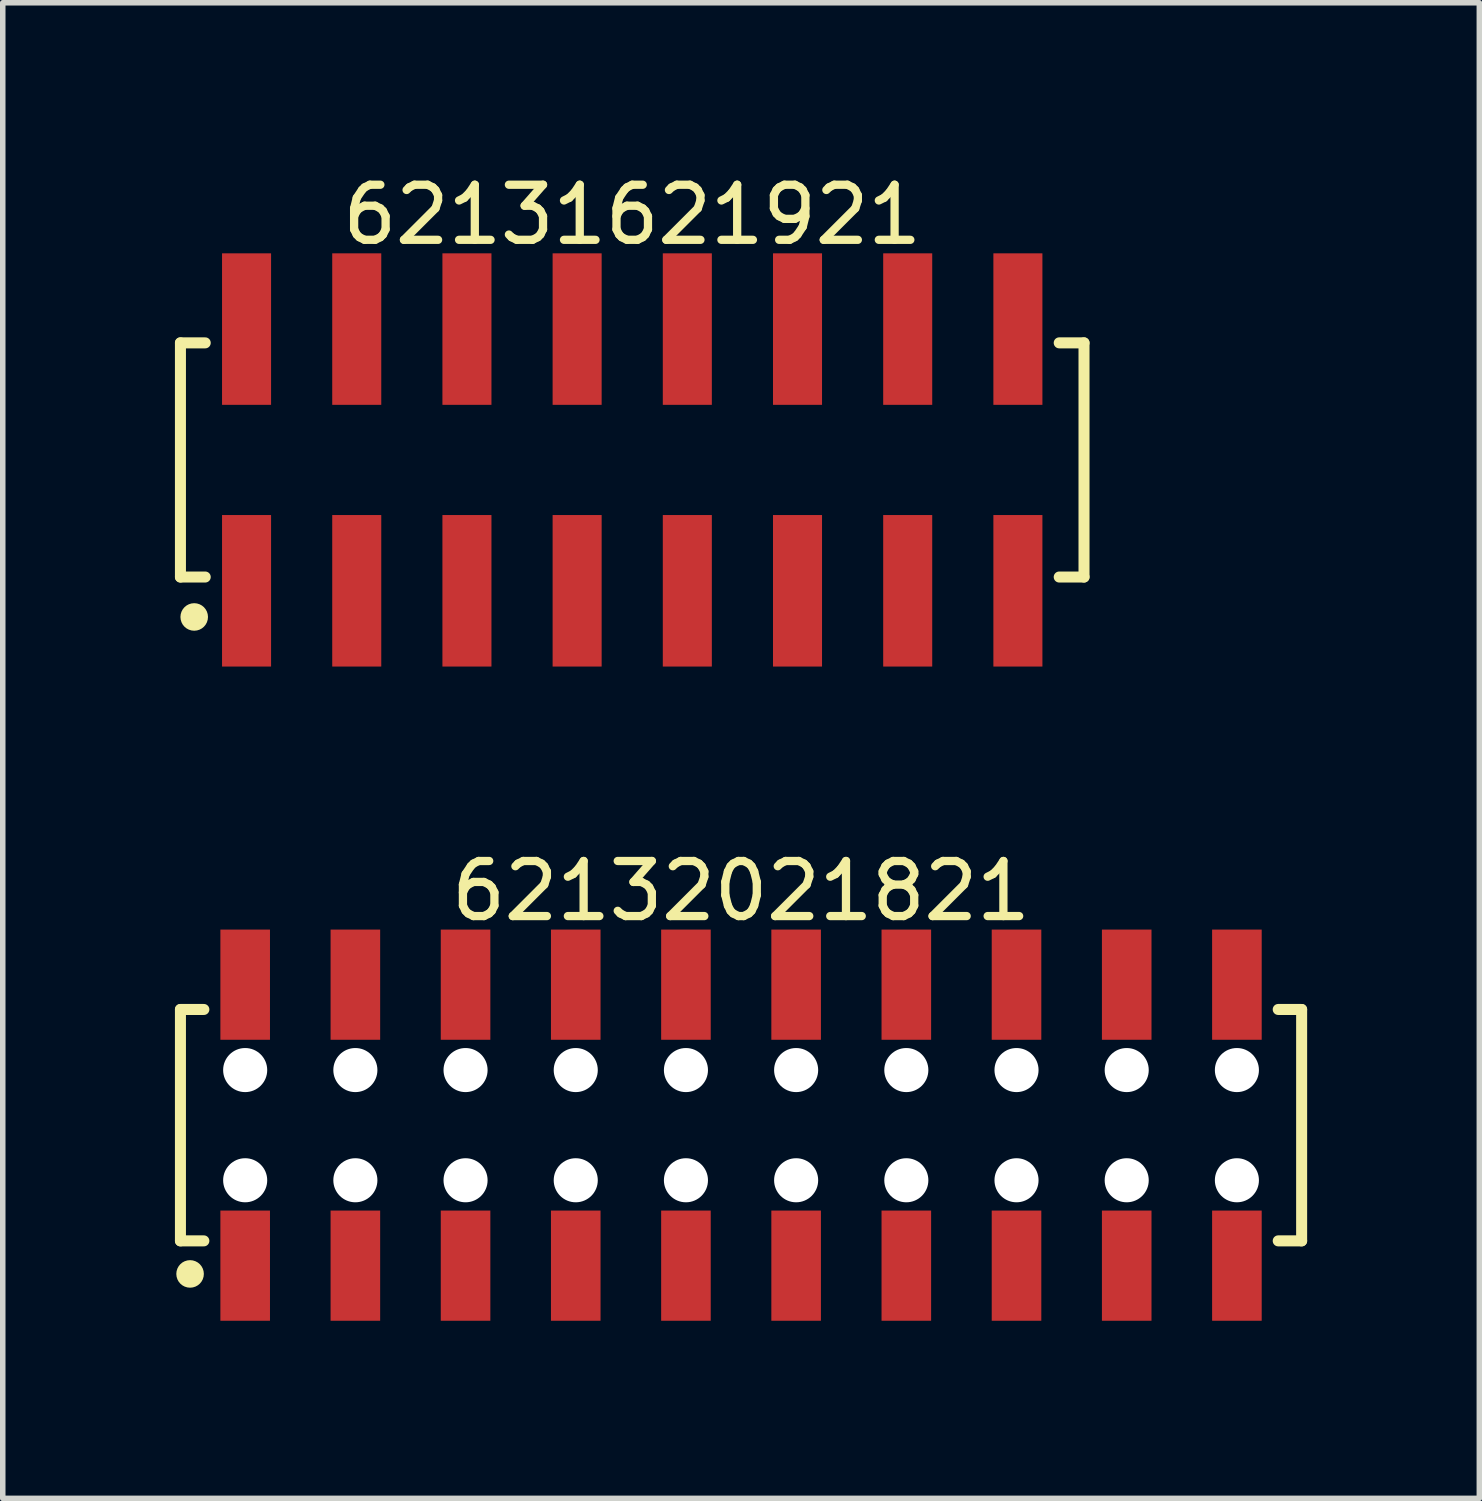
<source format=kicad_pcb>
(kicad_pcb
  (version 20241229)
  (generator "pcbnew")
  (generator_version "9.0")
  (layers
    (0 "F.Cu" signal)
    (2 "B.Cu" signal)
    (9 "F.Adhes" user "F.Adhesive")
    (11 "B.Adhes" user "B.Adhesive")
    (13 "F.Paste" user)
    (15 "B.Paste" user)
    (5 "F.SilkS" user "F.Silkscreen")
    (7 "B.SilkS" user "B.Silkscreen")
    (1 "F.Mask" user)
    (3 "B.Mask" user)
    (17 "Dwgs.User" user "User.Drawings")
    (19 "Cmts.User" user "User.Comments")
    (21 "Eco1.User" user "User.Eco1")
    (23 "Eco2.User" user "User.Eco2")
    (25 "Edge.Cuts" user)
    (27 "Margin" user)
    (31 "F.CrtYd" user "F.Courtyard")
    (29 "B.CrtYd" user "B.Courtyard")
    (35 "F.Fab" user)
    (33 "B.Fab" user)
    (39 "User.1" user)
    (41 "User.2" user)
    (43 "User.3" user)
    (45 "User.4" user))
  (footprint "62131621921"
    (layer "F.Cu")
    (at 8.425 5.298)
    (property "Reference" "62131621921" (at 0 -4.45 0) (layer "F.SilkS") (effects (font (size 1 1) (thickness 0.15))))
    (fp_line (start -8.2 -2.125) (end -7.75 -2.125) (stroke (width 0.2) (type solid)) (layer "F.SilkS"))
    (fp_line (start -8.2 2.125) (end -8.2 -2.125) (stroke (width 0.2) (type solid)) (layer "F.SilkS"))
    (fp_line (start -8.2 2.125) (end -7.75 2.125) (stroke (width 0.2) (type solid)) (layer "F.SilkS"))
    (fp_line (start 7.75 -2.125) (end 8.2 -2.125) (stroke (width 0.2) (type solid)) (layer "F.SilkS"))
    (fp_line (start 7.75 2.125) (end 8.2 2.125) (stroke (width 0.2) (type solid)) (layer "F.SilkS"))
    (fp_line (start 8.2 2.125) (end 8.2 -2.125) (stroke (width 0.2) (type solid)) (layer "F.SilkS"))
    (fp_circle (center -7.95 2.85) (end -7.95 2.725) (stroke (width 0.25) (type solid)) (fill no) (layer "F.SilkS"))
    (fp_line (start -8.4 -3.95) (end 8.4 -3.95) (stroke (width 0.05) (type solid)) (layer "Eco2.User"))
    (fp_line (start -8.4 3.95) (end -8.4 -3.95) (stroke (width 0.05) (type solid)) (layer "Eco2.User"))
    (fp_line (start -8.4 3.95) (end 8.4 3.95) (stroke (width 0.05) (type solid)) (layer "Eco2.User"))
    (fp_line (start -8 -2) (end 8 -2) (stroke (width 0.1) (type solid)) (layer "Eco2.User"))
    (fp_line (start -8 2) (end -8 -2) (stroke (width 0.1) (type solid)) (layer "Eco2.User"))
    (fp_line (start -8 2) (end 8 2) (stroke (width 0.1) (type solid)) (layer "Eco2.User"))
    (fp_line (start -7.25 -3.1) (end -6.75 -3.1) (stroke (width 0.1) (type solid)) (layer "Eco2.User"))
    (fp_line (start -7.25 -2) (end -7.25 -3.1) (stroke (width 0.1) (type solid)) (layer "Eco2.User"))
    (fp_line (start -7.25 3.1) (end -7.25 2) (stroke (width 0.1) (type solid)) (layer "Eco2.User"))
    (fp_line (start -7.25 3.1) (end -6.75 3.1) (stroke (width 0.1) (type solid)) (layer "Eco2.User"))
    (fp_line (start -6.75 -2) (end -6.75 -3.1) (stroke (width 0.1) (type solid)) (layer "Eco2.User"))
    (fp_line (start -6.75 3.1) (end -6.75 2) (stroke (width 0.1) (type solid)) (layer "Eco2.User"))
    (fp_line (start -5.25 -3.1) (end -4.75 -3.1) (stroke (width 0.1) (type solid)) (layer "Eco2.User"))
    (fp_line (start -5.25 -2) (end -5.25 -3.1) (stroke (width 0.1) (type solid)) (layer "Eco2.User"))
    (fp_line (start -5.25 3.1) (end -5.25 2) (stroke (width 0.1) (type solid)) (layer "Eco2.User"))
    (fp_line (start -5.25 3.1) (end -4.75 3.1) (stroke (width 0.1) (type solid)) (layer "Eco2.User"))
    (fp_line (start -4.75 -2) (end -4.75 -3.1) (stroke (width 0.1) (type solid)) (layer "Eco2.User"))
    (fp_line (start -4.75 3.1) (end -4.75 2) (stroke (width 0.1) (type solid)) (layer "Eco2.User"))
    (fp_line (start -3.25 -3.1) (end -2.75 -3.1) (stroke (width 0.1) (type solid)) (layer "Eco2.User"))
    (fp_line (start -3.25 -2) (end -3.25 -3.1) (stroke (width 0.1) (type solid)) (layer "Eco2.User"))
    (fp_line (start -3.25 3.1) (end -3.25 2) (stroke (width 0.1) (type solid)) (layer "Eco2.User"))
    (fp_line (start -3.25 3.1) (end -2.75 3.1) (stroke (width 0.1) (type solid)) (layer "Eco2.User"))
    (fp_line (start -2.75 -2) (end -2.75 -3.1) (stroke (width 0.1) (type solid)) (layer "Eco2.User"))
    (fp_line (start -2.75 3.1) (end -2.75 2) (stroke (width 0.1) (type solid)) (layer "Eco2.User"))
    (fp_line (start -1.25 -3.1) (end -0.75 -3.1) (stroke (width 0.1) (type solid)) (layer "Eco2.User"))
    (fp_line (start -1.25 -2) (end -1.25 -3.1) (stroke (width 0.1) (type solid)) (layer "Eco2.User"))
    (fp_line (start -1.25 3.1) (end -1.25 2) (stroke (width 0.1) (type solid)) (layer "Eco2.User"))
    (fp_line (start -1.25 3.1) (end -0.75 3.1) (stroke (width 0.1) (type solid)) (layer "Eco2.User"))
    (fp_line (start -0.75 -2) (end -0.75 -3.1) (stroke (width 0.1) (type solid)) (layer "Eco2.User"))
    (fp_line (start -0.75 3.1) (end -0.75 2) (stroke (width 0.1) (type solid)) (layer "Eco2.User"))
    (fp_line (start -0.5 0) (end 0.5 0) (stroke (width 0.05) (type solid)) (layer "Eco2.User"))
    (fp_line (start 0 0.5) (end 0 -0.5) (stroke (width 0.05) (type solid)) (layer "Eco2.User"))
    (fp_line (start 0.75 -3.1) (end 1.25 -3.1) (stroke (width 0.1) (type solid)) (layer "Eco2.User"))
    (fp_line (start 0.75 -2) (end 0.75 -3.1) (stroke (width 0.1) (type solid)) (layer "Eco2.User"))
    (fp_line (start 0.75 3.1) (end 0.75 2) (stroke (width 0.1) (type solid)) (layer "Eco2.User"))
    (fp_line (start 0.75 3.1) (end 1.25 3.1) (stroke (width 0.1) (type solid)) (layer "Eco2.User"))
    (fp_line (start 1.25 -2) (end 1.25 -3.1) (stroke (width 0.1) (type solid)) (layer "Eco2.User"))
    (fp_line (start 1.25 3.1) (end 1.25 2) (stroke (width 0.1) (type solid)) (layer "Eco2.User"))
    (fp_line (start 2.75 -3.1) (end 3.25 -3.1) (stroke (width 0.1) (type solid)) (layer "Eco2.User"))
    (fp_line (start 2.75 -2) (end 2.75 -3.1) (stroke (width 0.1) (type solid)) (layer "Eco2.User"))
    (fp_line (start 2.75 3.1) (end 2.75 2) (stroke (width 0.1) (type solid)) (layer "Eco2.User"))
    (fp_line (start 2.75 3.1) (end 3.25 3.1) (stroke (width 0.1) (type solid)) (layer "Eco2.User"))
    (fp_line (start 3.25 -2) (end 3.25 -3.1) (stroke (width 0.1) (type solid)) (layer "Eco2.User"))
    (fp_line (start 3.25 3.1) (end 3.25 2) (stroke (width 0.1) (type solid)) (layer "Eco2.User"))
    (fp_line (start 4.75 -3.1) (end 5.25 -3.1) (stroke (width 0.1) (type solid)) (layer "Eco2.User"))
    (fp_line (start 4.75 -2) (end 4.75 -3.1) (stroke (width 0.1) (type solid)) (layer "Eco2.User"))
    (fp_line (start 4.75 3.1) (end 4.75 2) (stroke (width 0.1) (type solid)) (layer "Eco2.User"))
    (fp_line (start 4.75 3.1) (end 5.25 3.1) (stroke (width 0.1) (type solid)) (layer "Eco2.User"))
    (fp_line (start 5.25 -2) (end 5.25 -3.1) (stroke (width 0.1) (type solid)) (layer "Eco2.User"))
    (fp_line (start 5.25 3.1) (end 5.25 2) (stroke (width 0.1) (type solid)) (layer "Eco2.User"))
    (fp_line (start 6.75 -3.1) (end 7.25 -3.1) (stroke (width 0.1) (type solid)) (layer "Eco2.User"))
    (fp_line (start 6.75 -2) (end 6.75 -3.1) (stroke (width 0.1) (type solid)) (layer "Eco2.User"))
    (fp_line (start 6.75 3.1) (end 6.75 2) (stroke (width 0.1) (type solid)) (layer "Eco2.User"))
    (fp_line (start 6.75 3.1) (end 7.25 3.1) (stroke (width 0.1) (type solid)) (layer "Eco2.User"))
    (fp_line (start 7.25 -2) (end 7.25 -3.1) (stroke (width 0.1) (type solid)) (layer "Eco2.User"))
    (fp_line (start 7.25 3.1) (end 7.25 2) (stroke (width 0.1) (type solid)) (layer "Eco2.User"))
    (fp_line (start 8 2) (end 8 -2) (stroke (width 0.1) (type solid)) (layer "Eco2.User"))
    (fp_line (start 8.4 3.95) (end 8.4 -3.95) (stroke (width 0.05) (type solid)) (layer "Eco2.User"))
    (fp_text user "${REFERENCE}" (at 0.15 -0.197 0) (unlocked yes) (layer "User.3") (effects (font (size 1.5 1.5) (thickness 0.15))))
    (pad "1" smd rect (at -7 2.375) (size 0.89 2.75) (layers "F.Cu" "F.Mask" "F.Paste"))
    (pad "2" smd rect (at -7 -2.375) (size 0.89 2.75) (layers "F.Cu" "F.Mask" "F.Paste"))
    (pad "3" smd rect (at -5 2.375) (size 0.89 2.75) (layers "F.Cu" "F.Mask" "F.Paste"))
    (pad "4" smd rect (at -5 -2.375) (size 0.89 2.75) (layers "F.Cu" "F.Mask" "F.Paste"))
    (pad "5" smd rect (at -3 2.375) (size 0.89 2.75) (layers "F.Cu" "F.Mask" "F.Paste"))
    (pad "6" smd rect (at -3 -2.375) (size 0.89 2.75) (layers "F.Cu" "F.Mask" "F.Paste"))
    (pad "7" smd rect (at -1 2.375) (size 0.89 2.75) (layers "F.Cu" "F.Mask" "F.Paste"))
    (pad "8" smd rect (at -1 -2.375) (size 0.89 2.75) (layers "F.Cu" "F.Mask" "F.Paste"))
    (pad "9" smd rect (at 1 2.375) (size 0.89 2.75) (layers "F.Cu" "F.Mask" "F.Paste"))
    (pad "10" smd rect (at 1 -2.375) (size 0.89 2.75) (layers "F.Cu" "F.Mask" "F.Paste"))
    (pad "11" smd rect (at 3 2.375) (size 0.89 2.75) (layers "F.Cu" "F.Mask" "F.Paste"))
    (pad "12" smd rect (at 3 -2.375) (size 0.89 2.75) (layers "F.Cu" "F.Mask" "F.Paste"))
    (pad "13" smd rect (at 5 2.375) (size 0.89 2.75) (layers "F.Cu" "F.Mask" "F.Paste"))
    (pad "14" smd rect (at 5 -2.375) (size 0.89 2.75) (layers "F.Cu" "F.Mask" "F.Paste"))
    (pad "15" smd rect (at 7 2.375) (size 0.89 2.75) (layers "F.Cu" "F.Mask" "F.Paste"))
    (pad "16" smd rect (at 7 -2.375) (size 0.89 2.75) (layers "F.Cu" "F.Mask" "F.Paste")))
  (footprint "62132021821"
    (layer "F.Cu")
    (at 10.4 17.372)
    (property "Reference" "62132021821" (at 0 -4.25 0) (layer "F.SilkS") (effects (font (size 1 1) (thickness 0.15))))
    (fp_line (start -10.175 -2.1) (end -9.75 -2.1) (stroke (width 0.2) (type solid)) (layer "F.SilkS"))
    (fp_line (start -10.175 2.1) (end -10.175 -2.1) (stroke (width 0.2) (type solid)) (layer "F.SilkS"))
    (fp_line (start -10.175 2.1) (end -9.75 2.1) (stroke (width 0.2) (type solid)) (layer "F.SilkS"))
    (fp_line (start 9.75 -2.1) (end 10.175 -2.1) (stroke (width 0.2) (type solid)) (layer "F.SilkS"))
    (fp_line (start 9.75 2.1) (end 10.175 2.1) (stroke (width 0.2) (type solid)) (layer "F.SilkS"))
    (fp_line (start 10.175 2.1) (end 10.175 -2.1) (stroke (width 0.2) (type solid)) (layer "F.SilkS"))
    (fp_circle (center -10 2.7) (end -10 2.575) (stroke (width 0.25) (type solid)) (fill no) (layer "F.SilkS"))
    (fp_line (start -10.375 -3.75) (end 10.375 -3.75) (stroke (width 0.05) (type solid)) (layer "Eco2.User"))
    (fp_line (start -10.375 3.75) (end -10.375 -3.75) (stroke (width 0.05) (type solid)) (layer "Eco2.User"))
    (fp_line (start -10.375 3.75) (end 10.375 3.75) (stroke (width 0.05) (type solid)) (layer "Eco2.User"))
    (fp_line (start -10 -2) (end 10 -2) (stroke (width 0.1) (type solid)) (layer "Eco2.User"))
    (fp_line (start -10 2) (end -10 -2) (stroke (width 0.1) (type solid)) (layer "Eco2.User"))
    (fp_line (start -10 2) (end 10 2) (stroke (width 0.1) (type solid)) (layer "Eco2.User"))
    (fp_line (start -9.25 -3) (end -8.75 -3) (stroke (width 0.1) (type solid)) (layer "Eco2.User"))
    (fp_line (start -9.25 -2) (end -9.25 -3) (stroke (width 0.1) (type solid)) (layer "Eco2.User"))
    (fp_line (start -9.25 3) (end -9.25 2) (stroke (width 0.1) (type solid)) (layer "Eco2.User"))
    (fp_line (start -9.25 3) (end -8.75 3) (stroke (width 0.1) (type solid)) (layer "Eco2.User"))
    (fp_line (start -8.75 -2) (end -8.75 -3) (stroke (width 0.1) (type solid)) (layer "Eco2.User"))
    (fp_line (start -8.75 3) (end -8.75 2) (stroke (width 0.1) (type solid)) (layer "Eco2.User"))
    (fp_line (start -7.25 -3) (end -6.75 -3) (stroke (width 0.1) (type solid)) (layer "Eco2.User"))
    (fp_line (start -7.25 -2) (end -7.25 -3) (stroke (width 0.1) (type solid)) (layer "Eco2.User"))
    (fp_line (start -7.25 3) (end -7.25 2) (stroke (width 0.1) (type solid)) (layer "Eco2.User"))
    (fp_line (start -7.25 3) (end -6.75 3) (stroke (width 0.1) (type solid)) (layer "Eco2.User"))
    (fp_line (start -6.75 -2) (end -6.75 -3) (stroke (width 0.1) (type solid)) (layer "Eco2.User"))
    (fp_line (start -6.75 3) (end -6.75 2) (stroke (width 0.1) (type solid)) (layer "Eco2.User"))
    (fp_line (start -5.25 -3) (end -4.75 -3) (stroke (width 0.1) (type solid)) (layer "Eco2.User"))
    (fp_line (start -5.25 -2) (end -5.25 -3) (stroke (width 0.1) (type solid)) (layer "Eco2.User"))
    (fp_line (start -5.25 3) (end -5.25 2) (stroke (width 0.1) (type solid)) (layer "Eco2.User"))
    (fp_line (start -5.25 3) (end -4.75 3) (stroke (width 0.1) (type solid)) (layer "Eco2.User"))
    (fp_line (start -4.75 -2) (end -4.75 -3) (stroke (width 0.1) (type solid)) (layer "Eco2.User"))
    (fp_line (start -4.75 3) (end -4.75 2) (stroke (width 0.1) (type solid)) (layer "Eco2.User"))
    (fp_line (start -3.25 -3) (end -2.75 -3) (stroke (width 0.1) (type solid)) (layer "Eco2.User"))
    (fp_line (start -3.25 -2) (end -3.25 -3) (stroke (width 0.1) (type solid)) (layer "Eco2.User"))
    (fp_line (start -3.25 3) (end -3.25 2) (stroke (width 0.1) (type solid)) (layer "Eco2.User"))
    (fp_line (start -3.25 3) (end -2.75 3) (stroke (width 0.1) (type solid)) (layer "Eco2.User"))
    (fp_line (start -2.75 -2) (end -2.75 -3) (stroke (width 0.1) (type solid)) (layer "Eco2.User"))
    (fp_line (start -2.75 3) (end -2.75 2) (stroke (width 0.1) (type solid)) (layer "Eco2.User"))
    (fp_line (start -1.25 -3) (end -0.75 -3) (stroke (width 0.1) (type solid)) (layer "Eco2.User"))
    (fp_line (start -1.25 -2) (end -1.25 -3) (stroke (width 0.1) (type solid)) (layer "Eco2.User"))
    (fp_line (start -1.25 3) (end -1.25 2) (stroke (width 0.1) (type solid)) (layer "Eco2.User"))
    (fp_line (start -1.25 3) (end -0.75 3) (stroke (width 0.1) (type solid)) (layer "Eco2.User"))
    (fp_line (start -0.75 -2) (end -0.75 -3) (stroke (width 0.1) (type solid)) (layer "Eco2.User"))
    (fp_line (start -0.75 3) (end -0.75 2) (stroke (width 0.1) (type solid)) (layer "Eco2.User"))
    (fp_line (start -0.5 0) (end 0.5 0) (stroke (width 0.05) (type solid)) (layer "Eco2.User"))
    (fp_line (start 0 0.5) (end 0 -0.5) (stroke (width 0.05) (type solid)) (layer "Eco2.User"))
    (fp_line (start 0.75 -3) (end 1.25 -3) (stroke (width 0.1) (type solid)) (layer "Eco2.User"))
    (fp_line (start 0.75 -2) (end 0.75 -3) (stroke (width 0.1) (type solid)) (layer "Eco2.User"))
    (fp_line (start 0.75 3) (end 0.75 2) (stroke (width 0.1) (type solid)) (layer "Eco2.User"))
    (fp_line (start 0.75 3) (end 1.25 3) (stroke (width 0.1) (type solid)) (layer "Eco2.User"))
    (fp_line (start 1.25 -2) (end 1.25 -3) (stroke (width 0.1) (type solid)) (layer "Eco2.User"))
    (fp_line (start 1.25 3) (end 1.25 2) (stroke (width 0.1) (type solid)) (layer "Eco2.User"))
    (fp_line (start 2.75 -3) (end 3.25 -3) (stroke (width 0.1) (type solid)) (layer "Eco2.User"))
    (fp_line (start 2.75 -2) (end 2.75 -3) (stroke (width 0.1) (type solid)) (layer "Eco2.User"))
    (fp_line (start 2.75 3) (end 2.75 2) (stroke (width 0.1) (type solid)) (layer "Eco2.User"))
    (fp_line (start 2.75 3) (end 3.25 3) (stroke (width 0.1) (type solid)) (layer "Eco2.User"))
    (fp_line (start 3.25 -2) (end 3.25 -3) (stroke (width 0.1) (type solid)) (layer "Eco2.User"))
    (fp_line (start 3.25 3) (end 3.25 2) (stroke (width 0.1) (type solid)) (layer "Eco2.User"))
    (fp_line (start 4.75 -3) (end 5.25 -3) (stroke (width 0.1) (type solid)) (layer "Eco2.User"))
    (fp_line (start 4.75 -2) (end 4.75 -3) (stroke (width 0.1) (type solid)) (layer "Eco2.User"))
    (fp_line (start 4.75 3) (end 4.75 2) (stroke (width 0.1) (type solid)) (layer "Eco2.User"))
    (fp_line (start 4.75 3) (end 5.25 3) (stroke (width 0.1) (type solid)) (layer "Eco2.User"))
    (fp_line (start 5.25 -2) (end 5.25 -3) (stroke (width 0.1) (type solid)) (layer "Eco2.User"))
    (fp_line (start 5.25 3) (end 5.25 2) (stroke (width 0.1) (type solid)) (layer "Eco2.User"))
    (fp_line (start 6.75 -3) (end 7.25 -3) (stroke (width 0.1) (type solid)) (layer "Eco2.User"))
    (fp_line (start 6.75 -2) (end 6.75 -3) (stroke (width 0.1) (type solid)) (layer "Eco2.User"))
    (fp_line (start 6.75 3) (end 6.75 2) (stroke (width 0.1) (type solid)) (layer "Eco2.User"))
    (fp_line (start 6.75 3) (end 7.25 3) (stroke (width 0.1) (type solid)) (layer "Eco2.User"))
    (fp_line (start 7.25 -2) (end 7.25 -3) (stroke (width 0.1) (type solid)) (layer "Eco2.User"))
    (fp_line (start 7.25 3) (end 7.25 2) (stroke (width 0.1) (type solid)) (layer "Eco2.User"))
    (fp_line (start 8.75 -3) (end 9.25 -3) (stroke (width 0.1) (type solid)) (layer "Eco2.User"))
    (fp_line (start 8.75 -2) (end 8.75 -3) (stroke (width 0.1) (type solid)) (layer "Eco2.User"))
    (fp_line (start 8.75 3) (end 8.75 2) (stroke (width 0.1) (type solid)) (layer "Eco2.User"))
    (fp_line (start 8.75 3) (end 9.25 3) (stroke (width 0.1) (type solid)) (layer "Eco2.User"))
    (fp_line (start 9.25 -2) (end 9.25 -3) (stroke (width 0.1) (type solid)) (layer "Eco2.User"))
    (fp_line (start 9.25 3) (end 9.25 2) (stroke (width 0.1) (type solid)) (layer "Eco2.User"))
    (fp_line (start 10 2) (end 10 -2) (stroke (width 0.1) (type solid)) (layer "Eco2.User"))
    (fp_line (start 10.375 3.75) (end 10.375 -3.75) (stroke (width 0.05) (type solid)) (layer "Eco2.User"))
    (fp_text user "${REFERENCE}" (at 0.1 -0.131 0) (unlocked yes) (layer "User.3") (effects (font (size 1 1) (thickness 0.1))))
    (pad "" np_thru_hole circle (at -9 -1) (size 0.8 0.8) (drill 0.8) (layers "*.Cu" "*.Mask"))
    (pad "" np_thru_hole circle (at -9 1) (size 0.8 0.8) (drill 0.8) (layers "*.Cu" "*.Mask"))
    (pad "" np_thru_hole circle (at -7 -1) (size 0.8 0.8) (drill 0.8) (layers "*.Cu" "*.Mask"))
    (pad "" np_thru_hole circle (at -7 1) (size 0.8 0.8) (drill 0.8) (layers "*.Cu" "*.Mask"))
    (pad "" np_thru_hole circle (at -5 -1) (size 0.8 0.8) (drill 0.8) (layers "*.Cu" "*.Mask"))
    (pad "" np_thru_hole circle (at -5 1) (size 0.8 0.8) (drill 0.8) (layers "*.Cu" "*.Mask"))
    (pad "" np_thru_hole circle (at -3 -1) (size 0.8 0.8) (drill 0.8) (layers "*.Cu" "*.Mask"))
    (pad "" np_thru_hole circle (at -3 1) (size 0.8 0.8) (drill 0.8) (layers "*.Cu" "*.Mask"))
    (pad "" np_thru_hole circle (at -1 -1) (size 0.8 0.8) (drill 0.8) (layers "*.Cu" "*.Mask"))
    (pad "" np_thru_hole circle (at -1 1) (size 0.8 0.8) (drill 0.8) (layers "*.Cu" "*.Mask"))
    (pad "" np_thru_hole circle (at 1 -1) (size 0.8 0.8) (drill 0.8) (layers "*.Cu" "*.Mask"))
    (pad "" np_thru_hole circle (at 1 1) (size 0.8 0.8) (drill 0.8) (layers "*.Cu" "*.Mask"))
    (pad "" np_thru_hole circle (at 3 -1) (size 0.8 0.8) (drill 0.8) (layers "*.Cu" "*.Mask"))
    (pad "" np_thru_hole circle (at 3 1) (size 0.8 0.8) (drill 0.8) (layers "*.Cu" "*.Mask"))
    (pad "" np_thru_hole circle (at 5 -1) (size 0.8 0.8) (drill 0.8) (layers "*.Cu" "*.Mask"))
    (pad "" np_thru_hole circle (at 5 1) (size 0.8 0.8) (drill 0.8) (layers "*.Cu" "*.Mask"))
    (pad "" np_thru_hole circle (at 7 -1) (size 0.8 0.8) (drill 0.8) (layers "*.Cu" "*.Mask"))
    (pad "" np_thru_hole circle (at 7 1) (size 0.8 0.8) (drill 0.8) (layers "*.Cu" "*.Mask"))
    (pad "" np_thru_hole circle (at 9 -1) (size 0.8 0.8) (drill 0.8) (layers "*.Cu" "*.Mask"))
    (pad "" np_thru_hole circle (at 9 1) (size 0.8 0.8) (drill 0.8) (layers "*.Cu" "*.Mask"))
    (pad "1" smd rect (at -9 2.55) (size 0.9 2) (layers "F.Cu" "F.Mask" "F.Paste"))
    (pad "2" smd rect (at -9 -2.55) (size 0.9 2) (layers "F.Cu" "F.Mask" "F.Paste"))
    (pad "3" smd rect (at -7 2.55) (size 0.9 2) (layers "F.Cu" "F.Mask" "F.Paste"))
    (pad "4" smd rect (at -7 -2.55) (size 0.9 2) (layers "F.Cu" "F.Mask" "F.Paste"))
    (pad "5" smd rect (at -5 2.55) (size 0.9 2) (layers "F.Cu" "F.Mask" "F.Paste"))
    (pad "6" smd rect (at -5 -2.55) (size 0.9 2) (layers "F.Cu" "F.Mask" "F.Paste"))
    (pad "7" smd rect (at -3 2.55) (size 0.9 2) (layers "F.Cu" "F.Mask" "F.Paste"))
    (pad "8" smd rect (at -3 -2.55) (size 0.9 2) (layers "F.Cu" "F.Mask" "F.Paste"))
    (pad "9" smd rect (at -1 2.55) (size 0.9 2) (layers "F.Cu" "F.Mask" "F.Paste"))
    (pad "10" smd rect (at -1 -2.55) (size 0.9 2) (layers "F.Cu" "F.Mask" "F.Paste"))
    (pad "11" smd rect (at 1 2.55) (size 0.9 2) (layers "F.Cu" "F.Mask" "F.Paste"))
    (pad "12" smd rect (at 1 -2.55) (size 0.9 2) (layers "F.Cu" "F.Mask" "F.Paste"))
    (pad "13" smd rect (at 3 2.55) (size 0.9 2) (layers "F.Cu" "F.Mask" "F.Paste"))
    (pad "14" smd rect (at 3 -2.55) (size 0.9 2) (layers "F.Cu" "F.Mask" "F.Paste"))
    (pad "15" smd rect (at 5 2.55) (size 0.9 2) (layers "F.Cu" "F.Mask" "F.Paste"))
    (pad "16" smd rect (at 5 -2.55) (size 0.9 2) (layers "F.Cu" "F.Mask" "F.Paste"))
    (pad "17" smd rect (at 7 2.55) (size 0.9 2) (layers "F.Cu" "F.Mask" "F.Paste"))
    (pad "18" smd rect (at 7 -2.55) (size 0.9 2) (layers "F.Cu" "F.Mask" "F.Paste"))
    (pad "19" smd rect (at 9 2.55) (size 0.9 2) (layers "F.Cu" "F.Mask" "F.Paste"))
    (pad "20" smd rect (at 9 -2.55) (size 0.9 2) (layers "F.Cu" "F.Mask" "F.Paste")))
  (gr_rect
    (start -3 -3)
    (end 23.8 24.146)
    (stroke (width 0.1) (type default))
    (fill no)
    (layer "Edge.Cuts")))
</source>
